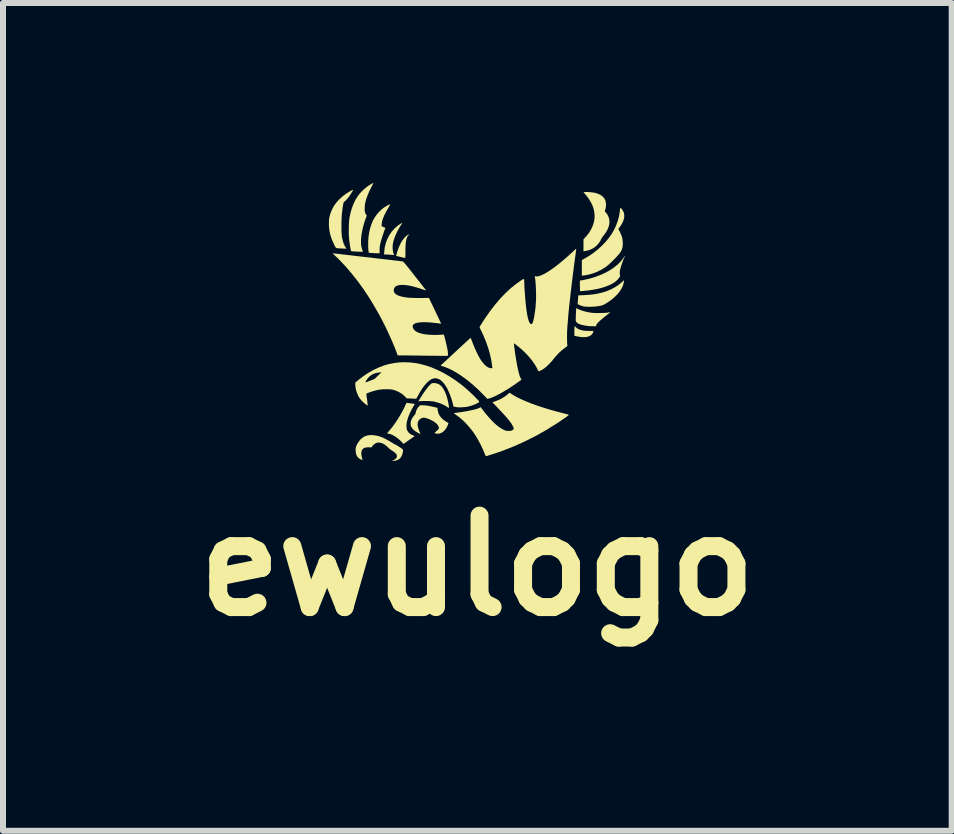
<source format=kicad_pcb>
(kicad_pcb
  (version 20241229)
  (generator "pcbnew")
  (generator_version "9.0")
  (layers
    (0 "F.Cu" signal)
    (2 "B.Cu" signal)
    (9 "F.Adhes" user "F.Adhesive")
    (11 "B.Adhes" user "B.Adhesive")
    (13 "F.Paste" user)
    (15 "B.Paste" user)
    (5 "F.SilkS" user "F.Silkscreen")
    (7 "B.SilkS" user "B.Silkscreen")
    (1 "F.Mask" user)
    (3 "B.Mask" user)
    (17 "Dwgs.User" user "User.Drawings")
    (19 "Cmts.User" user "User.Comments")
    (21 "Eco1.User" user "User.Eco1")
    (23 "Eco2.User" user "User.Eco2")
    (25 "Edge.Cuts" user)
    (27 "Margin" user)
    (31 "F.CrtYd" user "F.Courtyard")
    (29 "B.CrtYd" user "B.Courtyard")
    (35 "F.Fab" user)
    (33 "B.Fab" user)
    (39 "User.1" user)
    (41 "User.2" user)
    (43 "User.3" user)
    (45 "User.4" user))
  (footprint "ewulogo"
    (layer "F.Cu")
    (at 4.906 2.315)
    (property "Reference" "ewulogo" (at 0 4.064 0) (layer "F.SilkS") (effects (font (size 1.524 1.524) (thickness 0.3))))
    (attr board_only exclude_from_pos_files exclude_from_bom)
    (fp_poly (pts (xy 2.468 -1.113) (xy 2.466 -1.111) (xy 2.464 -1.113) (xy 2.466 -1.115)) (stroke (width 0) (type solid)) (fill yes) (layer "F.SilkS"))
    (fp_poly (pts (xy 1.631 0.077) (xy 1.64 0.088) (xy 1.641 0.088) (xy 1.664 0.109) (xy 1.694 0.125) (xy 1.73 0.137) (xy 1.774 0.146) (xy 1.825 0.15) (xy 1.864 0.151) (xy 1.935 0.151) (xy 1.932 0.166) (xy 1.927 0.179) (xy 1.919 0.194) (xy 1.916 0.199) (xy 1.895 0.221) (xy 1.867 0.238) (xy 1.833 0.249) (xy 1.792 0.254) (xy 1.746 0.254) (xy 1.705 0.249) (xy 1.683 0.245) (xy 1.661 0.241) (xy 1.643 0.237) (xy 1.641 0.237) (xy 1.616 0.23) (xy 1.617 0.16) (xy 1.618 0.134) (xy 1.618 0.112) (xy 1.619 0.093) (xy 1.62 0.081) (xy 1.621 0.078) (xy 1.622 0.073) (xy 1.625 0.072)) (stroke (width 0) (type solid)) (fill yes) (layer "F.SilkS"))
    (fp_poly (pts (xy -1.146 -1.446) (xy -1.16 -1.429) (xy -1.172 -1.408) (xy -1.181 -1.382) (xy -1.188 -1.35) (xy -1.194 -1.312) (xy -1.197 -1.266) (xy -1.199 -1.213) (xy -1.199 -1.176) (xy -1.199 -1.138) (xy -1.199 -1.108) (xy -1.2 -1.087) (xy -1.201 -1.073) (xy -1.203 -1.066) (xy -1.204 -1.065) (xy -1.21 -1.066) (xy -1.223 -1.069) (xy -1.242 -1.073) (xy -1.265 -1.079) (xy -1.28 -1.082) (xy -1.304 -1.088) (xy -1.325 -1.093) (xy -1.341 -1.096) (xy -1.35 -1.099) (xy -1.352 -1.1) (xy -1.352 -1.105) (xy -1.35 -1.117) (xy -1.345 -1.134) (xy -1.339 -1.155) (xy -1.332 -1.177) (xy -1.325 -1.2) (xy -1.318 -1.22) (xy -1.318 -1.22) (xy -1.294 -1.277) (xy -1.269 -1.327) (xy -1.241 -1.37) (xy -1.212 -1.406) (xy -1.183 -1.434) (xy -1.152 -1.453) (xy -1.145 -1.456) (xy -1.128 -1.463)) (stroke (width 0) (type solid)) (fill yes) (layer "F.SilkS"))
    (fp_poly (pts (xy -1.252 -1.648) (xy -1.255 -1.644) (xy -1.261 -1.633) (xy -1.27 -1.618) (xy -1.278 -1.607) (xy -1.309 -1.555) (xy -1.338 -1.501) (xy -1.363 -1.446) (xy -1.384 -1.392) (xy -1.4 -1.342) (xy -1.404 -1.324) (xy -1.41 -1.288) (xy -1.412 -1.25) (xy -1.411 -1.212) (xy -1.407 -1.178) (xy -1.4 -1.149) (xy -1.398 -1.144) (xy -1.386 -1.115) (xy -1.403 -1.116) (xy -1.414 -1.117) (xy -1.432 -1.118) (xy -1.454 -1.119) (xy -1.467 -1.12) (xy -1.49 -1.122) (xy -1.511 -1.123) (xy -1.528 -1.124) (xy -1.535 -1.124) (xy -1.555 -1.124) (xy -1.552 -1.169) (xy -1.543 -1.244) (xy -1.525 -1.316) (xy -1.5 -1.383) (xy -1.467 -1.446) (xy -1.427 -1.504) (xy -1.38 -1.557) (xy -1.326 -1.603) (xy -1.324 -1.605) (xy -1.306 -1.618) (xy -1.288 -1.63) (xy -1.273 -1.64) (xy -1.261 -1.646) (xy -1.254 -1.649)) (stroke (width 0) (type solid)) (fill yes) (layer "F.SilkS"))
    (fp_poly (pts (xy -0.707 1.02) (xy -0.67 1.027) (xy -0.636 1.042) (xy -0.606 1.065) (xy -0.578 1.097) (xy -0.556 1.133) (xy -0.535 1.176) (xy -0.516 1.225) (xy -0.5 1.278) (xy -0.487 1.335) (xy -0.48 1.371) (xy -0.477 1.39) (xy -0.475 1.408) (xy -0.473 1.42) (xy -0.473 1.42) (xy -0.472 1.43) (xy -0.474 1.435) (xy -0.474 1.435) (xy -0.479 1.432) (xy -0.49 1.426) (xy -0.501 1.419) (xy -0.542 1.393) (xy -0.59 1.37) (xy -0.643 1.35) (xy -0.698 1.334) (xy -0.729 1.327) (xy -0.749 1.324) (xy -0.776 1.322) (xy -0.808 1.32) (xy -0.842 1.319) (xy -0.876 1.319) (xy -0.909 1.319) (xy -0.937 1.32) (xy -0.958 1.322) (xy -0.961 1.322) (xy -0.984 1.325) (xy -0.971 1.304) (xy -0.949 1.267) (xy -0.925 1.229) (xy -0.9 1.191) (xy -0.875 1.155) (xy -0.85 1.121) (xy -0.827 1.091) (xy -0.806 1.066) (xy -0.789 1.048) (xy -0.787 1.046) (xy -0.772 1.033) (xy -0.759 1.024) (xy -0.744 1.02) (xy -0.726 1.019)) (stroke (width 0) (type solid)) (fill yes) (layer "F.SilkS"))
    (fp_poly (pts (xy 2.444 -0.688) (xy 2.443 -0.677) (xy 2.441 -0.661) (xy 2.429 -0.612) (xy 2.407 -0.563) (xy 2.377 -0.514) (xy 2.339 -0.465) (xy 2.292 -0.418) (xy 2.238 -0.372) (xy 2.175 -0.327) (xy 2.14 -0.305) (xy 2.121 -0.294) (xy 2.104 -0.285) (xy 2.087 -0.278) (xy 2.067 -0.272) (xy 2.044 -0.267) (xy 2.014 -0.262) (xy 1.986 -0.258) (xy 1.964 -0.256) (xy 1.936 -0.254) (xy 1.905 -0.253) (xy 1.873 -0.252) (xy 1.842 -0.252) (xy 1.814 -0.253) (xy 1.791 -0.255) (xy 1.778 -0.256) (xy 1.755 -0.262) (xy 1.731 -0.27) (xy 1.708 -0.278) (xy 1.69 -0.287) (xy 1.687 -0.288) (xy 1.672 -0.297) (xy 1.675 -0.342) (xy 1.676 -0.365) (xy 1.678 -0.389) (xy 1.68 -0.409) (xy 1.68 -0.414) (xy 1.683 -0.442) (xy 1.765 -0.445) (xy 1.856 -0.451) (xy 1.94 -0.46) (xy 2.019 -0.474) (xy 2.092 -0.492) (xy 2.163 -0.515) (xy 2.166 -0.516) (xy 2.226 -0.542) (xy 2.284 -0.572) (xy 2.338 -0.606) (xy 2.386 -0.642) (xy 2.408 -0.662) (xy 2.423 -0.676) (xy 2.434 -0.686) (xy 2.442 -0.692) (xy 2.444 -0.693)) (stroke (width 0) (type solid)) (fill yes) (layer "F.SilkS"))
    (fp_poly (pts (xy -1.177 1.35) (xy -1.165 1.351) (xy -1.149 1.353) (xy -1.128 1.355) (xy -1.107 1.358) (xy -1.086 1.361) (xy -1.067 1.364) (xy -1.053 1.366) (xy -1.045 1.367) (xy -1.044 1.368) (xy -1.046 1.372) (xy -1.051 1.382) (xy -1.059 1.396) (xy -1.063 1.403) (xy -1.097 1.463) (xy -1.126 1.523) (xy -1.15 1.581) (xy -1.168 1.637) (xy -1.17 1.645) (xy -1.176 1.673) (xy -1.18 1.704) (xy -1.181 1.735) (xy -1.18 1.763) (xy -1.176 1.786) (xy -1.176 1.79) (xy -1.162 1.822) (xy -1.14 1.85) (xy -1.112 1.872) (xy -1.077 1.889) (xy -1.074 1.891) (xy -1.06 1.896) (xy -1.05 1.901) (xy -1.047 1.904) (xy -1.051 1.908) (xy -1.062 1.916) (xy -1.078 1.927) (xy -1.098 1.942) (xy -1.122 1.958) (xy -1.14 1.971) (xy -1.232 2.033) (xy -1.261 2.001) (xy -1.296 1.967) (xy -1.333 1.936) (xy -1.372 1.909) (xy -1.41 1.887) (xy -1.447 1.872) (xy -1.477 1.864) (xy -1.507 1.859) (xy -1.473 1.819) (xy -1.424 1.761) (xy -1.376 1.695) (xy -1.328 1.624) (xy -1.284 1.552) (xy -1.243 1.479) (xy -1.208 1.408) (xy -1.206 1.402) (xy -1.197 1.382) (xy -1.189 1.366) (xy -1.184 1.355) (xy -1.182 1.35) (xy -1.182 1.35)) (stroke (width 0) (type solid)) (fill yes) (layer "F.SilkS"))
    (fp_poly (pts (xy 1.839 -2.165) (xy 1.868 -2.163) (xy 1.899 -2.16) (xy 1.93 -2.156) (xy 1.956 -2.152) (xy 1.973 -2.148) (xy 2.015 -2.134) (xy 2.052 -2.116) (xy 2.084 -2.094) (xy 2.109 -2.069) (xy 2.112 -2.065) (xy 2.13 -2.032) (xy 2.141 -1.995) (xy 2.145 -1.954) (xy 2.141 -1.91) (xy 2.134 -1.879) (xy 2.124 -1.842) (xy 2.144 -1.82) (xy 2.169 -1.786) (xy 2.188 -1.746) (xy 2.197 -1.715) (xy 2.202 -1.674) (xy 2.199 -1.63) (xy 2.188 -1.585) (xy 2.169 -1.538) (xy 2.142 -1.491) (xy 2.108 -1.444) (xy 2.101 -1.435) (xy 2.087 -1.417) (xy 2.075 -1.4) (xy 2.066 -1.385) (xy 2.064 -1.38) (xy 2.05 -1.35) (xy 2.029 -1.319) (xy 2.004 -1.289) (xy 1.976 -1.261) (xy 1.947 -1.238) (xy 1.944 -1.236) (xy 1.897 -1.21) (xy 1.844 -1.191) (xy 1.795 -1.18) (xy 1.769 -1.176) (xy 1.769 -1.377) (xy 1.802 -1.412) (xy 1.82 -1.432) (xy 1.839 -1.456) (xy 1.857 -1.479) (xy 1.864 -1.489) (xy 1.9 -1.55) (xy 1.927 -1.612) (xy 1.945 -1.674) (xy 1.954 -1.736) (xy 1.953 -1.798) (xy 1.944 -1.86) (xy 1.926 -1.922) (xy 1.898 -1.984) (xy 1.862 -2.045) (xy 1.817 -2.106) (xy 1.803 -2.122) (xy 1.769 -2.161) (xy 1.794 -2.164) (xy 1.813 -2.165)) (stroke (width 0) (type solid)) (fill yes) (layer "F.SilkS"))
    (fp_poly (pts (xy 2.461 -1.1) (xy 2.457 -1.089) (xy 2.45 -1.073) (xy 2.443 -1.058) (xy 2.433 -1.034) (xy 2.422 -1.005) (xy 2.411 -0.976) (xy 2.405 -0.957) (xy 2.39 -0.91) (xy 2.379 -0.869) (xy 2.374 -0.835) (xy 2.373 -0.808) (xy 2.376 -0.786) (xy 2.377 -0.783) (xy 2.379 -0.769) (xy 2.374 -0.752) (xy 2.362 -0.733) (xy 2.343 -0.71) (xy 2.34 -0.707) (xy 2.305 -0.674) (xy 2.262 -0.645) (xy 2.21 -0.617) (xy 2.151 -0.593) (xy 2.085 -0.571) (xy 2.013 -0.552) (xy 1.934 -0.537) (xy 1.895 -0.531) (xy 1.871 -0.527) (xy 1.843 -0.524) (xy 1.813 -0.521) (xy 1.784 -0.518) (xy 1.758 -0.515) (xy 1.735 -0.513) (xy 1.719 -0.512) (xy 1.715 -0.512) (xy 1.713 -0.514) (xy 1.712 -0.521) (xy 1.71 -0.534) (xy 1.71 -0.554) (xy 1.71 -0.581) (xy 1.709 -0.6) (xy 1.709 -0.688) (xy 1.747 -0.694) (xy 1.773 -0.699) (xy 1.804 -0.706) (xy 1.84 -0.714) (xy 1.877 -0.724) (xy 1.914 -0.734) (xy 1.947 -0.744) (xy 1.968 -0.751) (xy 2.053 -0.783) (xy 2.133 -0.819) (xy 2.206 -0.859) (xy 2.272 -0.903) (xy 2.33 -0.949) (xy 2.381 -0.998) (xy 2.424 -1.05) (xy 2.44 -1.074) (xy 2.45 -1.089) (xy 2.457 -1.099) (xy 2.462 -1.104) (xy 2.462 -1.105)) (stroke (width 0) (type solid)) (fill yes) (layer "F.SilkS"))
    (fp_poly (pts (xy 1.653 -0.227) (xy 1.664 -0.222) (xy 1.678 -0.215) (xy 1.722 -0.196) (xy 1.773 -0.179) (xy 1.83 -0.165) (xy 1.89 -0.154) (xy 1.92 -0.15) (xy 1.944 -0.149) (xy 1.975 -0.148) (xy 2.011 -0.147) (xy 2.049 -0.148) (xy 2.088 -0.149) (xy 2.124 -0.15) (xy 2.155 -0.153) (xy 2.18 -0.156) (xy 2.196 -0.158) (xy 2.209 -0.159) (xy 2.215 -0.159) (xy 2.215 -0.159) (xy 2.213 -0.155) (xy 2.205 -0.149) (xy 2.195 -0.142) (xy 2.172 -0.125) (xy 2.146 -0.104) (xy 2.118 -0.082) (xy 2.09 -0.059) (xy 2.064 -0.037) (xy 2.042 -0.018) (xy 2.03 -0.007) (xy 2.007 0.016) (xy 1.991 0.035) (xy 1.982 0.051) (xy 1.98 0.062) (xy 1.981 0.064) (xy 1.981 0.068) (xy 1.979 0.07) (xy 1.974 0.072) (xy 1.963 0.073) (xy 1.946 0.073) (xy 1.927 0.072) (xy 1.904 0.072) (xy 1.883 0.071) (xy 1.865 0.071) (xy 1.856 0.07) (xy 1.813 0.065) (xy 1.773 0.057) (xy 1.737 0.049) (xy 1.706 0.039) (xy 1.682 0.028) (xy 1.67 0.021) (xy 1.654 0.006) (xy 1.644 -0.009) (xy 1.64 -0.027) (xy 1.64 -0.043) (xy 1.64 -0.067) (xy 1.641 -0.094) (xy 1.642 -0.121) (xy 1.644 -0.149) (xy 1.645 -0.174) (xy 1.646 -0.197) (xy 1.647 -0.214) (xy 1.648 -0.225) (xy 1.648 -0.229)) (stroke (width 0) (type solid)) (fill yes) (layer "F.SilkS"))
    (fp_poly (pts (xy 2.389 -1.898) (xy 2.394 -1.895) (xy 2.405 -1.884) (xy 2.417 -1.867) (xy 2.429 -1.847) (xy 2.438 -1.827) (xy 2.443 -1.815) (xy 2.449 -1.778) (xy 2.447 -1.739) (xy 2.437 -1.697) (xy 2.419 -1.654) (xy 2.394 -1.61) (xy 2.375 -1.583) (xy 2.35 -1.55) (xy 2.375 -1.501) (xy 2.394 -1.46) (xy 2.408 -1.423) (xy 2.417 -1.389) (xy 2.422 -1.354) (xy 2.424 -1.315) (xy 2.424 -1.312) (xy 2.423 -1.274) (xy 2.419 -1.24) (xy 2.41 -1.21) (xy 2.397 -1.181) (xy 2.378 -1.151) (xy 2.353 -1.12) (xy 2.326 -1.09) (xy 2.289 -1.051) (xy 2.256 -1.018) (xy 2.228 -0.991) (xy 2.203 -0.967) (xy 2.18 -0.947) (xy 2.158 -0.929) (xy 2.135 -0.913) (xy 2.112 -0.897) (xy 2.101 -0.89) (xy 2.047 -0.859) (xy 1.987 -0.831) (xy 1.926 -0.808) (xy 1.863 -0.79) (xy 1.803 -0.778) (xy 1.774 -0.774) (xy 1.741 -0.771) (xy 1.742 -1.031) (xy 1.784 -1.054) (xy 1.863 -1.1) (xy 1.94 -1.154) (xy 2.013 -1.212) (xy 2.081 -1.275) (xy 2.144 -1.341) (xy 2.2 -1.41) (xy 2.248 -1.48) (xy 2.251 -1.486) (xy 2.286 -1.549) (xy 2.316 -1.616) (xy 2.341 -1.685) (xy 2.36 -1.754) (xy 2.372 -1.821) (xy 2.375 -1.85) (xy 2.377 -1.868) (xy 2.379 -1.883) (xy 2.381 -1.893) (xy 2.381 -1.893) (xy 2.384 -1.899)) (stroke (width 0) (type solid)) (fill yes) (layer "F.SilkS"))
    (fp_poly (pts (xy -1.454 -1.956) (xy -1.459 -1.945) (xy -1.467 -1.93) (xy -1.478 -1.911) (xy -1.484 -1.901) (xy -1.52 -1.838) (xy -1.549 -1.781) (xy -1.571 -1.729) (xy -1.586 -1.683) (xy -1.593 -1.643) (xy -1.594 -1.633) (xy -1.596 -1.595) (xy -1.564 -1.581) (xy -1.532 -1.566) (xy -1.541 -1.543) (xy -1.551 -1.519) (xy -1.561 -1.488) (xy -1.573 -1.454) (xy -1.585 -1.418) (xy -1.596 -1.382) (xy -1.606 -1.349) (xy -1.613 -1.321) (xy -1.616 -1.309) (xy -1.623 -1.277) (xy -1.627 -1.249) (xy -1.629 -1.219) (xy -1.629 -1.199) (xy -1.629 -1.143) (xy -1.661 -1.144) (xy -1.679 -1.144) (xy -1.703 -1.145) (xy -1.729 -1.146) (xy -1.749 -1.147) (xy -1.771 -1.148) (xy -1.789 -1.15) (xy -1.802 -1.152) (xy -1.808 -1.153) (xy -1.808 -1.153) (xy -1.811 -1.161) (xy -1.814 -1.176) (xy -1.816 -1.198) (xy -1.818 -1.225) (xy -1.819 -1.256) (xy -1.819 -1.289) (xy -1.819 -1.322) (xy -1.818 -1.356) (xy -1.816 -1.388) (xy -1.814 -1.416) (xy -1.812 -1.434) (xy -1.801 -1.499) (xy -1.786 -1.564) (xy -1.767 -1.624) (xy -1.745 -1.679) (xy -1.737 -1.696) (xy -1.709 -1.744) (xy -1.676 -1.79) (xy -1.638 -1.834) (xy -1.598 -1.873) (xy -1.557 -1.905) (xy -1.553 -1.907) (xy -1.532 -1.921) (xy -1.51 -1.934) (xy -1.49 -1.945) (xy -1.473 -1.953) (xy -1.46 -1.959) (xy -1.453 -1.96)) (stroke (width 0) (type solid)) (fill yes) (layer "F.SilkS"))
    (fp_poly (pts (xy -2.072 -2.201) (xy -2.073 -2.196) (xy -2.078 -2.185) (xy -2.087 -2.168) (xy -2.1 -2.147) (xy -2.115 -2.123) (xy -2.127 -2.105) (xy -2.142 -2.085) (xy -2.158 -2.064) (xy -2.176 -2.043) (xy -2.194 -2.024) (xy -2.209 -2.009) (xy -2.221 -2) (xy -2.223 -1.999) (xy -2.227 -1.993) (xy -2.232 -1.979) (xy -2.236 -1.958) (xy -2.241 -1.929) (xy -2.247 -1.891) (xy -2.252 -1.845) (xy -2.257 -1.806) (xy -2.26 -1.771) (xy -2.262 -1.731) (xy -2.264 -1.687) (xy -2.265 -1.642) (xy -2.265 -1.596) (xy -2.265 -1.551) (xy -2.264 -1.509) (xy -2.262 -1.471) (xy -2.26 -1.439) (xy -2.257 -1.414) (xy -2.256 -1.41) (xy -2.245 -1.36) (xy -2.232 -1.316) (xy -2.217 -1.278) (xy -2.201 -1.25) (xy -2.181 -1.22) (xy -2.214 -1.221) (xy -2.233 -1.222) (xy -2.257 -1.223) (xy -2.283 -1.224) (xy -2.297 -1.225) (xy -2.324 -1.227) (xy -2.344 -1.229) (xy -2.354 -1.233) (xy -2.356 -1.234) (xy -2.361 -1.241) (xy -2.37 -1.256) (xy -2.38 -1.275) (xy -2.392 -1.299) (xy -2.403 -1.324) (xy -2.415 -1.35) (xy -2.425 -1.375) (xy -2.433 -1.397) (xy -2.434 -1.398) (xy -2.454 -1.464) (xy -2.467 -1.528) (xy -2.473 -1.593) (xy -2.474 -1.632) (xy -2.474 -1.659) (xy -2.473 -1.686) (xy -2.471 -1.709) (xy -2.469 -1.727) (xy -2.469 -1.732) (xy -2.451 -1.802) (xy -2.425 -1.868) (xy -2.392 -1.93) (xy -2.35 -1.989) (xy -2.301 -2.043) (xy -2.243 -2.095) (xy -2.183 -2.139) (xy -2.165 -2.151) (xy -2.145 -2.163) (xy -2.125 -2.175) (xy -2.106 -2.186) (xy -2.09 -2.194) (xy -2.078 -2.2) (xy -2.072 -2.201)) (stroke (width 0) (type solid)) (fill yes) (layer "F.SilkS"))
    (fp_poly (pts (xy -1.733 -2.315) (xy -1.733 -2.314) (xy -1.736 -2.309) (xy -1.741 -2.297) (xy -1.75 -2.28) (xy -1.761 -2.258) (xy -1.773 -2.233) (xy -1.777 -2.226) (xy -1.805 -2.168) (xy -1.827 -2.115) (xy -1.845 -2.068) (xy -1.859 -2.024) (xy -1.869 -1.983) (xy -1.875 -1.943) (xy -1.877 -1.908) (xy -1.878 -1.871) (xy -1.875 -1.842) (xy -1.87 -1.818) (xy -1.861 -1.798) (xy -1.854 -1.788) (xy -1.843 -1.773) (xy -1.857 -1.735) (xy -1.883 -1.659) (xy -1.905 -1.583) (xy -1.921 -1.509) (xy -1.933 -1.439) (xy -1.939 -1.373) (xy -1.939 -1.342) (xy -1.939 -1.303) (xy -1.936 -1.27) (xy -1.93 -1.241) (xy -1.922 -1.214) (xy -1.917 -1.198) (xy -1.911 -1.184) (xy -1.908 -1.173) (xy -1.907 -1.169) (xy -1.907 -1.169) (xy -1.912 -1.169) (xy -1.924 -1.169) (xy -1.943 -1.169) (xy -1.967 -1.17) (xy -1.995 -1.171) (xy -2.004 -1.172) (xy -2.033 -1.173) (xy -2.059 -1.174) (xy -2.08 -1.176) (xy -2.095 -1.177) (xy -2.103 -1.178) (xy -2.103 -1.179) (xy -2.106 -1.185) (xy -2.109 -1.198) (xy -2.113 -1.218) (xy -2.118 -1.243) (xy -2.123 -1.27) (xy -2.127 -1.3) (xy -2.131 -1.329) (xy -2.135 -1.358) (xy -2.137 -1.377) (xy -2.14 -1.412) (xy -2.142 -1.454) (xy -2.143 -1.499) (xy -2.143 -1.546) (xy -2.142 -1.593) (xy -2.14 -1.637) (xy -2.138 -1.678) (xy -2.134 -1.712) (xy -2.133 -1.725) (xy -2.115 -1.814) (xy -2.091 -1.897) (xy -2.061 -1.974) (xy -2.025 -2.046) (xy -1.983 -2.11) (xy -1.978 -2.117) (xy -1.954 -2.146) (xy -1.924 -2.178) (xy -1.891 -2.209) (xy -1.857 -2.238) (xy -1.826 -2.262) (xy -1.819 -2.267) (xy -1.798 -2.28) (xy -1.778 -2.293) (xy -1.76 -2.303) (xy -1.746 -2.311) (xy -1.736 -2.315)) (stroke (width 0) (type solid)) (fill yes) (layer "F.SilkS"))
    (fp_poly (pts (xy -0.875 1.391) (xy -0.831 1.397) (xy -0.782 1.405) (xy -0.73 1.417) (xy -0.715 1.42) (xy -0.665 1.433) (xy -0.662 1.465) (xy -0.653 1.509) (xy -0.636 1.549) (xy -0.611 1.587) (xy -0.577 1.622) (xy -0.535 1.654) (xy -0.512 1.668) (xy -0.481 1.687) (xy -0.487 1.706) (xy -0.506 1.75) (xy -0.529 1.787) (xy -0.555 1.818) (xy -0.584 1.841) (xy -0.616 1.857) (xy -0.641 1.863) (xy -0.654 1.863) (xy -0.67 1.863) (xy -0.686 1.861) (xy -0.7 1.858) (xy -0.71 1.855) (xy -0.713 1.852) (xy -0.71 1.848) (xy -0.701 1.839) (xy -0.689 1.827) (xy -0.676 1.815) (xy -0.66 1.8) (xy -0.649 1.79) (xy -0.643 1.782) (xy -0.641 1.775) (xy -0.641 1.768) (xy -0.641 1.763) (xy -0.649 1.738) (xy -0.665 1.713) (xy -0.689 1.688) (xy -0.72 1.664) (xy -0.758 1.642) (xy -0.766 1.639) (xy -0.806 1.62) (xy -0.842 1.607) (xy -0.872 1.599) (xy -0.896 1.596) (xy -0.901 1.597) (xy -0.932 1.605) (xy -0.957 1.62) (xy -0.977 1.641) (xy -0.99 1.667) (xy -0.996 1.699) (xy -0.996 1.706) (xy -0.994 1.73) (xy -0.988 1.759) (xy -0.979 1.79) (xy -0.967 1.822) (xy -0.964 1.829) (xy -0.957 1.847) (xy -0.951 1.86) (xy -0.948 1.868) (xy -0.948 1.869) (xy -0.952 1.868) (xy -0.962 1.863) (xy -0.977 1.856) (xy -0.981 1.854) (xy -1.023 1.83) (xy -1.058 1.803) (xy -1.086 1.774) (xy -1.105 1.742) (xy -1.105 1.741) (xy -1.11 1.721) (xy -1.112 1.696) (xy -1.11 1.67) (xy -1.105 1.645) (xy -1.102 1.637) (xy -1.083 1.6) (xy -1.057 1.564) (xy -1.047 1.552) (xy -1.035 1.537) (xy -1.029 1.522) (xy -1.027 1.511) (xy -1.02 1.484) (xy -1.007 1.455) (xy -0.99 1.428) (xy -0.976 1.411) (xy -0.955 1.39) (xy -0.912 1.39)) (stroke (width 0) (type solid)) (fill yes) (layer "F.SilkS"))
    (fp_poly (pts (xy -1.706 1.891) (xy -1.648 1.903) (xy -1.587 1.924) (xy -1.524 1.954) (xy -1.458 1.991) (xy -1.431 2.008) (xy -1.412 2.02) (xy -1.395 2.031) (xy -1.382 2.038) (xy -1.375 2.041) (xy -1.363 2.046) (xy -1.345 2.056) (xy -1.322 2.07) (xy -1.297 2.086) (xy -1.274 2.101) (xy -1.257 2.113) (xy -1.246 2.123) (xy -1.24 2.133) (xy -1.239 2.145) (xy -1.24 2.162) (xy -1.245 2.185) (xy -1.245 2.185) (xy -1.257 2.225) (xy -1.275 2.258) (xy -1.299 2.283) (xy -1.328 2.302) (xy -1.363 2.313) (xy -1.39 2.316) (xy -1.424 2.318) (xy -1.396 2.304) (xy -1.369 2.287) (xy -1.35 2.269) (xy -1.341 2.25) (xy -1.34 2.23) (xy -1.346 2.213) (xy -1.355 2.199) (xy -1.371 2.183) (xy -1.39 2.167) (xy -1.412 2.151) (xy -1.43 2.139) (xy -1.449 2.127) (xy -1.468 2.112) (xy -1.485 2.096) (xy -1.52 2.063) (xy -1.555 2.038) (xy -1.59 2.021) (xy -1.624 2.012) (xy -1.655 2.011) (xy -1.685 2.018) (xy -1.687 2.019) (xy -1.71 2.032) (xy -1.732 2.05) (xy -1.75 2.07) (xy -1.755 2.077) (xy -1.764 2.092) (xy -1.804 2.09) (xy -1.843 2.091) (xy -1.875 2.097) (xy -1.9 2.109) (xy -1.918 2.128) (xy -1.929 2.152) (xy -1.934 2.183) (xy -1.934 2.191) (xy -1.933 2.214) (xy -1.929 2.239) (xy -1.924 2.263) (xy -1.918 2.283) (xy -1.915 2.291) (xy -1.913 2.298) (xy -1.918 2.3) (xy -1.927 2.298) (xy -1.94 2.293) (xy -1.954 2.285) (xy -1.969 2.276) (xy -1.983 2.265) (xy -1.992 2.256) (xy -2.006 2.237) (xy -2.017 2.215) (xy -2.023 2.19) (xy -2.027 2.159) (xy -2.028 2.147) (xy -2.029 2.125) (xy -2.029 2.109) (xy -2.027 2.097) (xy -2.023 2.083) (xy -2.018 2.07) (xy -2.005 2.041) (xy -1.987 2.011) (xy -1.967 1.983) (xy -1.948 1.959) (xy -1.942 1.953) (xy -1.908 1.926) (xy -1.873 1.906) (xy -1.833 1.893) (xy -1.79 1.887) (xy -1.762 1.886)) (stroke (width 0) (type solid)) (fill yes) (layer "F.SilkS"))
    (fp_poly (pts (xy 0.541 1.182) (xy 0.584 1.211) (xy 0.635 1.242) (xy 0.694 1.272) (xy 0.761 1.303) (xy 0.835 1.334) (xy 0.915 1.366) (xy 1.001 1.397) (xy 1.094 1.427) (xy 1.191 1.457) (xy 1.292 1.486) (xy 1.398 1.514) (xy 1.439 1.525) (xy 1.466 1.531) (xy 1.489 1.538) (xy 1.508 1.543) (xy 1.521 1.547) (xy 1.526 1.549) (xy 1.527 1.549) (xy 1.523 1.553) (xy 1.512 1.562) (xy 1.497 1.574) (xy 1.476 1.589) (xy 1.452 1.606) (xy 1.425 1.625) (xy 1.397 1.644) (xy 1.368 1.664) (xy 1.34 1.683) (xy 1.331 1.688) (xy 1.159 1.796) (xy 0.982 1.896) (xy 0.802 1.987) (xy 0.619 2.07) (xy 0.431 2.144) (xy 0.391 2.159) (xy 0.362 2.169) (xy 0.329 2.18) (xy 0.293 2.192) (xy 0.256 2.204) (xy 0.221 2.215) (xy 0.188 2.225) (xy 0.161 2.234) (xy 0.146 2.238) (xy 0.142 2.236) (xy 0.137 2.23) (xy 0.131 2.217) (xy 0.122 2.196) (xy 0.119 2.188) (xy 0.096 2.131) (xy 0.067 2.071) (xy 0.035 2.008) (xy 0.002 1.948) (xy -0.033 1.891) (xy -0.065 1.842) (xy -0.108 1.786) (xy -0.154 1.731) (xy -0.202 1.679) (xy -0.252 1.631) (xy -0.302 1.589) (xy -0.35 1.553) (xy -0.376 1.536) (xy -0.385 1.53) (xy -0.389 1.526) (xy -0.387 1.522) (xy -0.378 1.519) (xy -0.361 1.516) (xy -0.338 1.513) (xy -0.279 1.505) (xy -0.223 1.496) (xy -0.17 1.487) (xy -0.12 1.477) (xy -0.076 1.467) (xy -0.037 1.458) (xy -0.004 1.448) (xy 0.022 1.439) (xy 0.039 1.43) (xy 0.047 1.425) (xy 0.051 1.421) (xy 0.056 1.422) (xy 0.062 1.429) (xy 0.069 1.439) (xy 0.093 1.471) (xy 0.122 1.508) (xy 0.153 1.547) (xy 0.186 1.585) (xy 0.218 1.62) (xy 0.248 1.651) (xy 0.251 1.655) (xy 0.29 1.693) (xy 0.325 1.724) (xy 0.358 1.75) (xy 0.39 1.771) (xy 0.422 1.79) (xy 0.433 1.795) (xy 0.454 1.805) (xy 0.468 1.811) (xy 0.481 1.815) (xy 0.494 1.816) (xy 0.511 1.817) (xy 0.519 1.817) (xy 0.54 1.816) (xy 0.556 1.815) (xy 0.569 1.812) (xy 0.581 1.806) (xy 0.582 1.806) (xy 0.596 1.797) (xy 0.604 1.788) (xy 0.606 1.777) (xy 0.602 1.762) (xy 0.593 1.741) (xy 0.593 1.74) (xy 0.581 1.718) (xy 0.566 1.693) (xy 0.546 1.665) (xy 0.522 1.634) (xy 0.493 1.6) (xy 0.459 1.561) (xy 0.419 1.517) (xy 0.373 1.468) (xy 0.337 1.43) (xy 0.252 1.34) (xy 0.293 1.326) (xy 0.343 1.306) (xy 0.392 1.283) (xy 0.436 1.258) (xy 0.475 1.232) (xy 0.507 1.206) (xy 0.512 1.202) (xy 0.526 1.188) (xy 0.536 1.182)) (stroke (width 0) (type solid)) (fill yes) (layer "F.SilkS"))
    (fp_poly (pts (xy -1.123 0.676) (xy -1.032 0.686) (xy -0.97 0.697) (xy -0.868 0.724) (xy -0.766 0.758) (xy -0.663 0.802) (xy -0.56 0.853) (xy -0.458 0.912) (xy -0.358 0.978) (xy -0.26 1.051) (xy -0.165 1.131) (xy -0.073 1.217) (xy -0.009 1.282) (xy 0.01 1.302) (xy 0.023 1.316) (xy 0.03 1.327) (xy 0.03 1.334) (xy 0.025 1.341) (xy 0.013 1.348) (xy -0.005 1.358) (xy -0.014 1.362) (xy -0.066 1.385) (xy -0.121 1.403) (xy -0.156 1.412) (xy -0.183 1.417) (xy -0.216 1.42) (xy -0.25 1.423) (xy -0.283 1.424) (xy -0.313 1.424) (xy -0.337 1.422) (xy -0.338 1.422) (xy -0.356 1.419) (xy -0.373 1.416) (xy -0.38 1.415) (xy -0.397 1.412) (xy -0.407 1.37) (xy -0.422 1.314) (xy -0.44 1.258) (xy -0.46 1.204) (xy -0.482 1.153) (xy -0.503 1.108) (xy -0.516 1.086) (xy -0.546 1.04) (xy -0.578 1.002) (xy -0.61 0.973) (xy -0.643 0.953) (xy -0.676 0.942) (xy -0.709 0.939) (xy -0.743 0.946) (xy -0.763 0.954) (xy -0.795 0.974) (xy -0.828 1.002) (xy -0.862 1.037) (xy -0.897 1.08) (xy -0.931 1.129) (xy -0.964 1.183) (xy -0.99 1.231) (xy -1.002 1.253) (xy -1.01 1.268) (xy -1.016 1.277) (xy -1.021 1.282) (xy -1.026 1.282) (xy -1.026 1.282) (xy -1.034 1.281) (xy -1.049 1.28) (xy -1.069 1.279) (xy -1.093 1.278) (xy -1.107 1.277) (xy -1.179 1.274) (xy -1.195 1.255) (xy -1.231 1.22) (xy -1.274 1.188) (xy -1.321 1.162) (xy -1.372 1.141) (xy -1.393 1.135) (xy -1.411 1.13) (xy -1.426 1.127) (xy -1.442 1.125) (xy -1.461 1.124) (xy -1.483 1.123) (xy -1.513 1.123) (xy -1.518 1.123) (xy -1.559 1.123) (xy -1.594 1.125) (xy -1.626 1.129) (xy -1.659 1.134) (xy -1.695 1.143) (xy -1.721 1.15) (xy -1.742 1.156) (xy -1.765 1.163) (xy -1.788 1.171) (xy -1.809 1.179) (xy -1.828 1.186) (xy -1.842 1.192) (xy -1.85 1.196) (xy -1.851 1.197) (xy -1.85 1.202) (xy -1.849 1.215) (xy -1.846 1.234) (xy -1.843 1.258) (xy -1.839 1.286) (xy -1.838 1.297) (xy -1.834 1.326) (xy -1.832 1.351) (xy -1.829 1.371) (xy -1.828 1.386) (xy -1.828 1.393) (xy -1.828 1.394) (xy -1.833 1.392) (xy -1.844 1.385) (xy -1.858 1.376) (xy -1.863 1.372) (xy -1.894 1.347) (xy -1.924 1.318) (xy -1.951 1.286) (xy -1.973 1.255) (xy -1.974 1.254) (xy -1.995 1.212) (xy -2.013 1.165) (xy -2.026 1.117) (xy -2.033 1.07) (xy -2.034 1.042) (xy -2.034 1.012) (xy -2.025 1.004) (xy -1.865 1.004) (xy -1.865 1.006) (xy -1.864 1.007) (xy -1.862 1.007) (xy -1.857 1.006) (xy -1.848 1.003) (xy -1.834 0.998) (xy -1.814 0.99) (xy -1.788 0.98) (xy -1.767 0.972) (xy -1.712 0.95) (xy -1.655 0.895) (xy -1.597 0.84) (xy -1.632 0.843) (xy -1.68 0.85) (xy -1.722 0.863) (xy -1.76 0.881) (xy -1.794 0.907) (xy -1.802 0.914) (xy -1.816 0.928) (xy -1.83 0.946) (xy -1.844 0.964) (xy -1.855 0.981) (xy -1.862 0.995) (xy -1.865 1.004) (xy -2.025 1.004) (xy -1.999 0.982) (xy -1.911 0.913) (xy -1.823 0.853) (xy -1.734 0.802) (xy -1.644 0.76) (xy -1.552 0.725) (xy -1.486 0.706) (xy -1.4 0.688) (xy -1.309 0.676) (xy -1.217 0.672)) (stroke (width 0) (type solid)) (fill yes) (layer "F.SilkS"))
    (fp_poly (pts (xy -2.399 -1.142) (xy -2.385 -1.141) (xy -2.363 -1.138) (xy -2.334 -1.135) (xy -2.299 -1.131) (xy -2.258 -1.126) (xy -2.212 -1.121) (xy -2.162 -1.115) (xy -2.107 -1.109) (xy -2.05 -1.102) (xy -1.99 -1.095) (xy -1.929 -1.088) (xy -1.866 -1.081) (xy -1.803 -1.074) (xy -1.74 -1.066) (xy -1.678 -1.059) (xy -1.618 -1.052) (xy -1.559 -1.045) (xy -1.504 -1.039) (xy -1.452 -1.033) (xy -1.405 -1.027) (xy -1.362 -1.022) (xy -1.325 -1.018) (xy -1.294 -1.014) (xy -1.27 -1.011) (xy -1.254 -1.009) (xy -1.245 -1.008) (xy -1.245 -1.008) (xy -1.242 -1.007) (xy -1.237 -1.004) (xy -1.232 -0.999) (xy -1.224 -0.992) (xy -1.215 -0.981) (xy -1.203 -0.967) (xy -1.187 -0.948) (xy -1.169 -0.926) (xy -1.146 -0.898) (xy -1.12 -0.864) (xy -1.088 -0.824) (xy -1.052 -0.778) (xy -1.044 -0.768) (xy -1.012 -0.727) (xy -0.982 -0.688) (xy -0.953 -0.652) (xy -0.928 -0.62) (xy -0.906 -0.591) (xy -0.887 -0.567) (xy -0.872 -0.548) (xy -0.862 -0.534) (xy -0.856 -0.527) (xy -0.856 -0.526) (xy -0.859 -0.526) (xy -0.87 -0.529) (xy -0.887 -0.534) (xy -0.908 -0.541) (xy -0.927 -0.547) (xy -0.999 -0.57) (xy -1.066 -0.589) (xy -1.127 -0.603) (xy -1.183 -0.612) (xy -1.233 -0.616) (xy -1.276 -0.616) (xy -1.313 -0.611) (xy -1.344 -0.601) (xy -1.367 -0.587) (xy -1.383 -0.568) (xy -1.392 -0.544) (xy -1.393 -0.516) (xy -1.393 -0.51) (xy -1.386 -0.492) (xy -1.371 -0.473) (xy -1.35 -0.456) (xy -1.324 -0.442) (xy -1.312 -0.437) (xy -1.278 -0.426) (xy -1.241 -0.417) (xy -1.2 -0.41) (xy -1.154 -0.404) (xy -1.102 -0.401) (xy -1.043 -0.399) (xy -0.976 -0.398) (xy -0.942 -0.398) (xy -0.807 -0.4) (xy -0.705 -0.186) (xy -0.685 -0.145) (xy -0.667 -0.106) (xy -0.65 -0.071) (xy -0.635 -0.04) (xy -0.623 -0.014) (xy -0.613 0.007) (xy -0.607 0.021) (xy -0.604 0.029) (xy -0.604 0.029) (xy -0.609 0.029) (xy -0.621 0.028) (xy -0.639 0.026) (xy -0.66 0.023) (xy -0.665 0.022) (xy -0.728 0.015) (xy -0.789 0.009) (xy -0.845 0.006) (xy -0.897 0.005) (xy -0.943 0.007) (xy -0.983 0.011) (xy -1.016 0.018) (xy -1.041 0.026) (xy -1.042 0.027) (xy -1.063 0.041) (xy -1.075 0.058) (xy -1.079 0.074) (xy -1.074 0.098) (xy -1.062 0.122) (xy -1.042 0.144) (xy -1.015 0.163) (xy -0.986 0.178) (xy -0.947 0.191) (xy -0.901 0.202) (xy -0.849 0.21) (xy -0.792 0.215) (xy -0.731 0.217) (xy -0.669 0.217) (xy -0.639 0.215) (xy -0.613 0.214) (xy -0.591 0.213) (xy -0.573 0.212) (xy -0.562 0.212) (xy -0.558 0.213) (xy -0.556 0.218) (xy -0.552 0.231) (xy -0.547 0.25) (xy -0.541 0.274) (xy -0.534 0.301) (xy -0.527 0.329) (xy -0.52 0.359) (xy -0.513 0.387) (xy -0.508 0.413) (xy -0.503 0.434) (xy -0.495 0.475) (xy -0.491 0.509) (xy -0.489 0.537) (xy -0.489 0.559) (xy -0.489 0.56) (xy -0.489 0.561) (xy -0.49 0.563) (xy -0.492 0.563) (xy -0.496 0.564) (xy -0.502 0.565) (xy -0.511 0.565) (xy -0.524 0.566) (xy -0.54 0.566) (xy -0.561 0.566) (xy -0.586 0.566) (xy -0.617 0.566) (xy -0.654 0.565) (xy -0.698 0.565) (xy -0.748 0.564) (xy -0.806 0.564) (xy -0.873 0.563) (xy -0.948 0.562) (xy -0.948 0.562) (xy -0.998 0.561) (xy -1.047 0.561) (xy -1.093 0.56) (xy -1.137 0.56) (xy -1.177 0.559) (xy -1.211 0.559) (xy -1.239 0.559) (xy -1.259 0.558) (xy -1.264 0.558) (xy -1.328 0.558) (xy -1.337 0.534) (xy -1.353 0.489) (xy -1.373 0.438) (xy -1.396 0.382) (xy -1.421 0.323) (xy -1.448 0.262) (xy -1.476 0.2) (xy -1.504 0.14) (xy -1.531 0.083) (xy -1.539 0.067) (xy -1.621 -0.093) (xy -1.708 -0.246) (xy -1.797 -0.394) (xy -1.89 -0.535) (xy -1.986 -0.668) (xy -2.085 -0.794) (xy -2.186 -0.913) (xy -2.289 -1.023) (xy -2.369 -1.101) (xy -2.388 -1.119) (xy -2.4 -1.131) (xy -2.406 -1.139) (xy -2.406 -1.142) (xy -2.404 -1.143)) (stroke (width 0) (type solid)) (fill yes) (layer "F.SilkS"))
    (fp_poly (pts (xy 1.648 -1.215) (xy 1.646 -1.202) (xy 1.644 -1.183) (xy 1.641 -1.159) (xy 1.637 -1.13) (xy 1.634 -1.104) (xy 1.615 -0.968) (xy 1.598 -0.835) (xy 1.582 -0.706) (xy 1.567 -0.58) (xy 1.553 -0.46) (xy 1.54 -0.344) (xy 1.528 -0.235) (xy 1.518 -0.132) (xy 1.51 -0.036) (xy 1.503 0.051) (xy 1.499 0.098) (xy 1.498 0.127) (xy 1.496 0.159) (xy 1.495 0.194) (xy 1.495 0.23) (xy 1.495 0.265) (xy 1.495 0.298) (xy 1.496 0.328) (xy 1.496 0.353) (xy 1.498 0.372) (xy 1.499 0.382) (xy 1.502 0.394) (xy 1.5 0.401) (xy 1.494 0.407) (xy 1.492 0.409) (xy 1.483 0.416) (xy 1.469 0.426) (xy 1.452 0.439) (xy 1.442 0.446) (xy 1.405 0.476) (xy 1.366 0.511) (xy 1.329 0.55) (xy 1.294 0.588) (xy 1.273 0.615) (xy 1.249 0.645) (xy 1.22 0.677) (xy 1.19 0.709) (xy 1.159 0.738) (xy 1.13 0.763) (xy 1.12 0.771) (xy 1.103 0.783) (xy 1.084 0.795) (xy 1.064 0.806) (xy 1.046 0.815) (xy 1.032 0.821) (xy 1.025 0.823) (xy 1.018 0.818) (xy 1.01 0.805) (xy 1.003 0.792) (xy 0.982 0.75) (xy 0.954 0.704) (xy 0.921 0.657) (xy 0.883 0.608) (xy 0.842 0.56) (xy 0.798 0.515) (xy 0.754 0.472) (xy 0.749 0.468) (xy 0.727 0.448) (xy 0.704 0.429) (xy 0.681 0.41) (xy 0.659 0.393) (xy 0.641 0.378) (xy 0.625 0.367) (xy 0.615 0.36) (xy 0.61 0.358) (xy 0.61 0.358) (xy 0.609 0.363) (xy 0.61 0.376) (xy 0.613 0.396) (xy 0.616 0.422) (xy 0.62 0.452) (xy 0.624 0.485) (xy 0.629 0.521) (xy 0.635 0.558) (xy 0.641 0.594) (xy 0.646 0.63) (xy 0.647 0.633) (xy 0.658 0.697) (xy 0.669 0.756) (xy 0.681 0.808) (xy 0.692 0.854) (xy 0.703 0.892) (xy 0.714 0.922) (xy 0.725 0.944) (xy 0.725 0.944) (xy 0.736 0.963) (xy 0.68 1.003) (xy 0.611 1.052) (xy 0.544 1.096) (xy 0.479 1.137) (xy 0.418 1.173) (xy 0.361 1.205) (xy 0.308 1.232) (xy 0.26 1.254) (xy 0.218 1.27) (xy 0.184 1.279) (xy 0.167 1.283) (xy 0.096 1.21) (xy 0.022 1.136) (xy -0.053 1.067) (xy -0.128 1.003) (xy -0.202 0.945) (xy -0.276 0.892) (xy -0.348 0.846) (xy -0.418 0.806) (xy -0.485 0.774) (xy -0.548 0.749) (xy -0.558 0.746) (xy -0.613 0.729) (xy -0.365 0.498) (xy -0.325 0.461) (xy -0.287 0.425) (xy -0.251 0.392) (xy -0.218 0.362) (xy -0.189 0.335) (xy -0.163 0.312) (xy -0.143 0.293) (xy -0.127 0.279) (xy -0.117 0.27) (xy -0.113 0.267) (xy -0.11 0.271) (xy -0.105 0.283) (xy -0.098 0.299) (xy -0.09 0.32) (xy -0.087 0.327) (xy -0.064 0.386) (xy -0.04 0.445) (xy -0.014 0.501) (xy 0.012 0.554) (xy 0.037 0.6) (xy 0.06 0.638) (xy 0.088 0.676) (xy 0.117 0.709) (xy 0.146 0.736) (xy 0.175 0.756) (xy 0.203 0.768) (xy 0.229 0.772) (xy 0.229 0.772) (xy 0.251 0.772) (xy 0.248 0.748) (xy 0.234 0.646) (xy 0.211 0.54) (xy 0.18 0.433) (xy 0.142 0.324) (xy 0.096 0.215) (xy 0.073 0.166) (xy 0.061 0.142) (xy 0.051 0.121) (xy 0.043 0.104) (xy 0.038 0.093) (xy 0.037 0.089) (xy 0.039 0.083) (xy 0.046 0.071) (xy 0.056 0.053) (xy 0.07 0.031) (xy 0.086 0.006) (xy 0.103 -0.021) (xy 0.121 -0.049) (xy 0.14 -0.076) (xy 0.141 -0.078) (xy 0.22 -0.19) (xy 0.301 -0.294) (xy 0.383 -0.39) (xy 0.467 -0.477) (xy 0.551 -0.556) (xy 0.637 -0.626) (xy 0.715 -0.682) (xy 0.739 -0.698) (xy 0.756 -0.709) (xy 0.768 -0.714) (xy 0.775 -0.714) (xy 0.779 -0.709) (xy 0.781 -0.697) (xy 0.781 -0.679) (xy 0.781 -0.67) (xy 0.782 -0.652) (xy 0.783 -0.628) (xy 0.784 -0.6) (xy 0.785 -0.571) (xy 0.786 -0.558) (xy 0.793 -0.459) (xy 0.8 -0.37) (xy 0.808 -0.289) (xy 0.816 -0.217) (xy 0.825 -0.154) (xy 0.835 -0.1) (xy 0.845 -0.055) (xy 0.856 -0.019) (xy 0.867 0.008) (xy 0.879 0.026) (xy 0.891 0.035) (xy 0.898 0.037) (xy 0.909 0.033) (xy 0.915 0.029) (xy 0.921 0.018) (xy 0.927 0.000362) (xy 0.934 -0.025) (xy 0.941 -0.055) (xy 0.948 -0.091) (xy 0.954 -0.129) (xy 0.96 -0.171) (xy 0.966 -0.213) (xy 0.971 -0.256) (xy 0.971 -0.263) (xy 0.975 -0.315) (xy 0.978 -0.373) (xy 0.979 -0.434) (xy 0.978 -0.497) (xy 0.976 -0.559) (xy 0.973 -0.618) (xy 0.969 -0.674) (xy 0.963 -0.722) (xy 0.961 -0.739) (xy 0.957 -0.763) (xy 0.969 -0.76) (xy 0.993 -0.757) (xy 1.022 -0.762) (xy 1.057 -0.773) (xy 1.097 -0.791) (xy 1.142 -0.815) (xy 1.191 -0.845) (xy 1.244 -0.881) (xy 1.302 -0.923) (xy 1.363 -0.971) (xy 1.427 -1.024) (xy 1.495 -1.082) (xy 1.566 -1.146) (xy 1.608 -1.185) (xy 1.623 -1.199) (xy 1.636 -1.21) (xy 1.645 -1.218) (xy 1.648 -1.22)) (stroke (width 0) (type solid)) (fill yes) (layer "F.SilkS")))
  (gr_rect
    (start -3 -3)
    (end 12.812 10.797)
    (stroke (width 0.1) (type default))
    (fill no)
    (layer "Edge.Cuts")))
</source>
